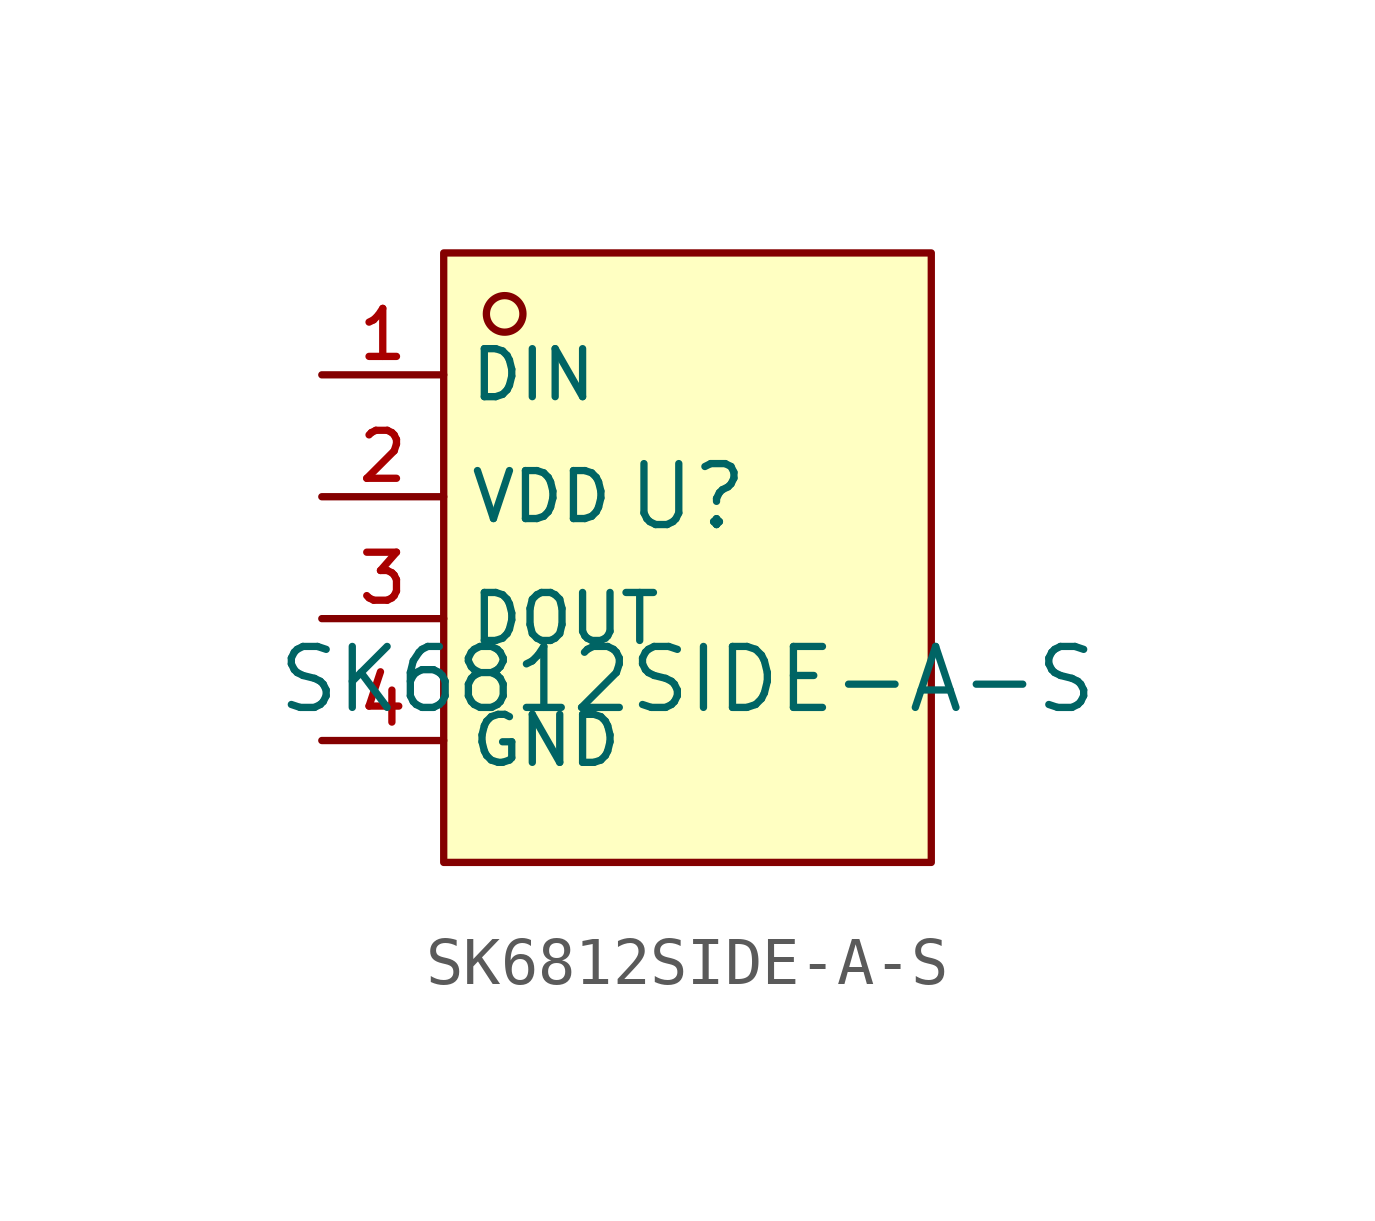
<source format=kicad_sym>
(kicad_symbol_lib
  (version 20210201)
  (generator TousstNicolas/JLC2KiCad_lib)
  (symbol "SK6812SIDE-A-S"
    (property "Reference" "U"
      (at 0 1.27 0)
      (effects (font (size 1.27 1.27))))
    (property "Value" "SK6812SIDE-A-S"
      (at 0 -2.54 0)
      (effects (font (size 1.27 1.27))))
    (symbol "SK6812SIDE-A-S_0_1"
      (rectangle (start -5.08 6.35) (end 5.08 -6.35) (stroke (width 0) (type default) (color 0 0 0 0)) (fill (type background)))
      (circle (center -3.81 5.08) (radius 0.381) (stroke (width 0) (type default) (color 0 0 0 0)) (fill (type background)))
      (pin unspecified line (at -7.62 3.81 0) (length 2.54) (name "DIN" (effects (font (size 1 1)))) (number "1" (effects (font (size 1 1)))))
      (pin unspecified line (at -7.62 1.27 0) (length 2.54) (name "VDD" (effects (font (size 1 1)))) (number "2" (effects (font (size 1 1)))))
      (pin unspecified line (at -7.62 -1.27 0) (length 2.54) (name "DOUT" (effects (font (size 1 1)))) (number "3" (effects (font (size 1 1)))))
      (pin unspecified line (at -7.62 -3.81 0) (length 2.54) (name "GND" (effects (font (size 1 1)))) (number "4" (effects (font (size 1 1))))))))
</source>
